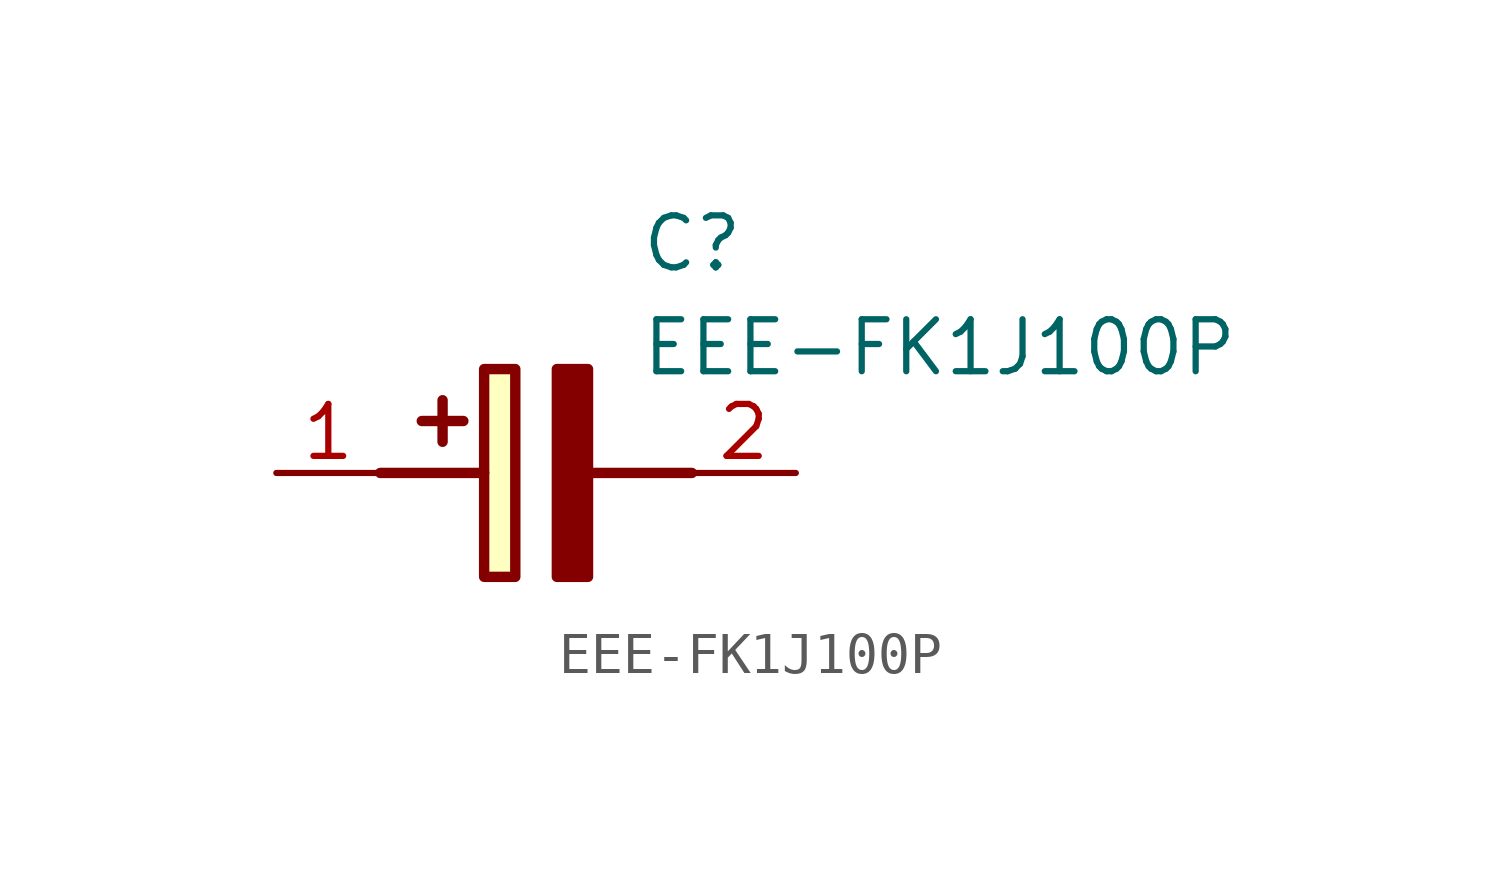
<source format=kicad_sym>
(kicad_symbol_lib
  (version 20211014)
  (generator SamacSys_ECAD_Model)
  (symbol "EEE-FK1J100P"
    (pin_names hide)
    (property "Reference" "C"
      (at 8.89 6.35 0)
      (effects (font (size 1.27 1.27)) (justify left top)))
    (property "Value" "EEE-FK1J100P"
      (at 8.89 3.81 0)
      (effects (font (size 1.27 1.27)) (justify left top)))
    (rectangle
      (start 5.08 2.54)
      (end 5.842 -2.54)
      (stroke (width 0.254) (type default))
      (fill (type background)))
    (polyline
      (pts (xy 4.572 1.27) (xy 3.556 1.27))
      (stroke (width 0.254) (type default))
      (fill (type none)))
    (polyline
      (pts (xy 4.064 1.778) (xy 4.064 0.762))
      (stroke (width 0.254) (type default))
      (fill (type none)))
    (polyline
      (pts (xy 2.54 0) (xy 5.08 0))
      (stroke (width 0.254) (type default))
      (fill (type none)))
    (polyline
      (pts (xy 7.62 0) (xy 10.16 0))
      (stroke (width 0.254) (type default))
      (fill (type none)))
    (polyline
      (pts (xy 7.62 2.54) (xy 7.62 -2.54) (xy 6.858 -2.54) (xy 6.858 2.54) (xy 7.62 2.54))
      (stroke (width 0.254) (type default))
      (fill (type outline)))
    (pin passive line
      (at 0 0 0)
      (length 2.54)
      (name "+" (effects (font (size 1.27 1.27))))
      (number "1" (effects (font (size 1.27 1.27)))))
    (pin passive line
      (at 12.7 0 180)
      (length 2.54)
      (name "-" (effects (font (size 1.27 1.27))))
      (number "2" (effects (font (size 1.27 1.27)))))))
</source>
